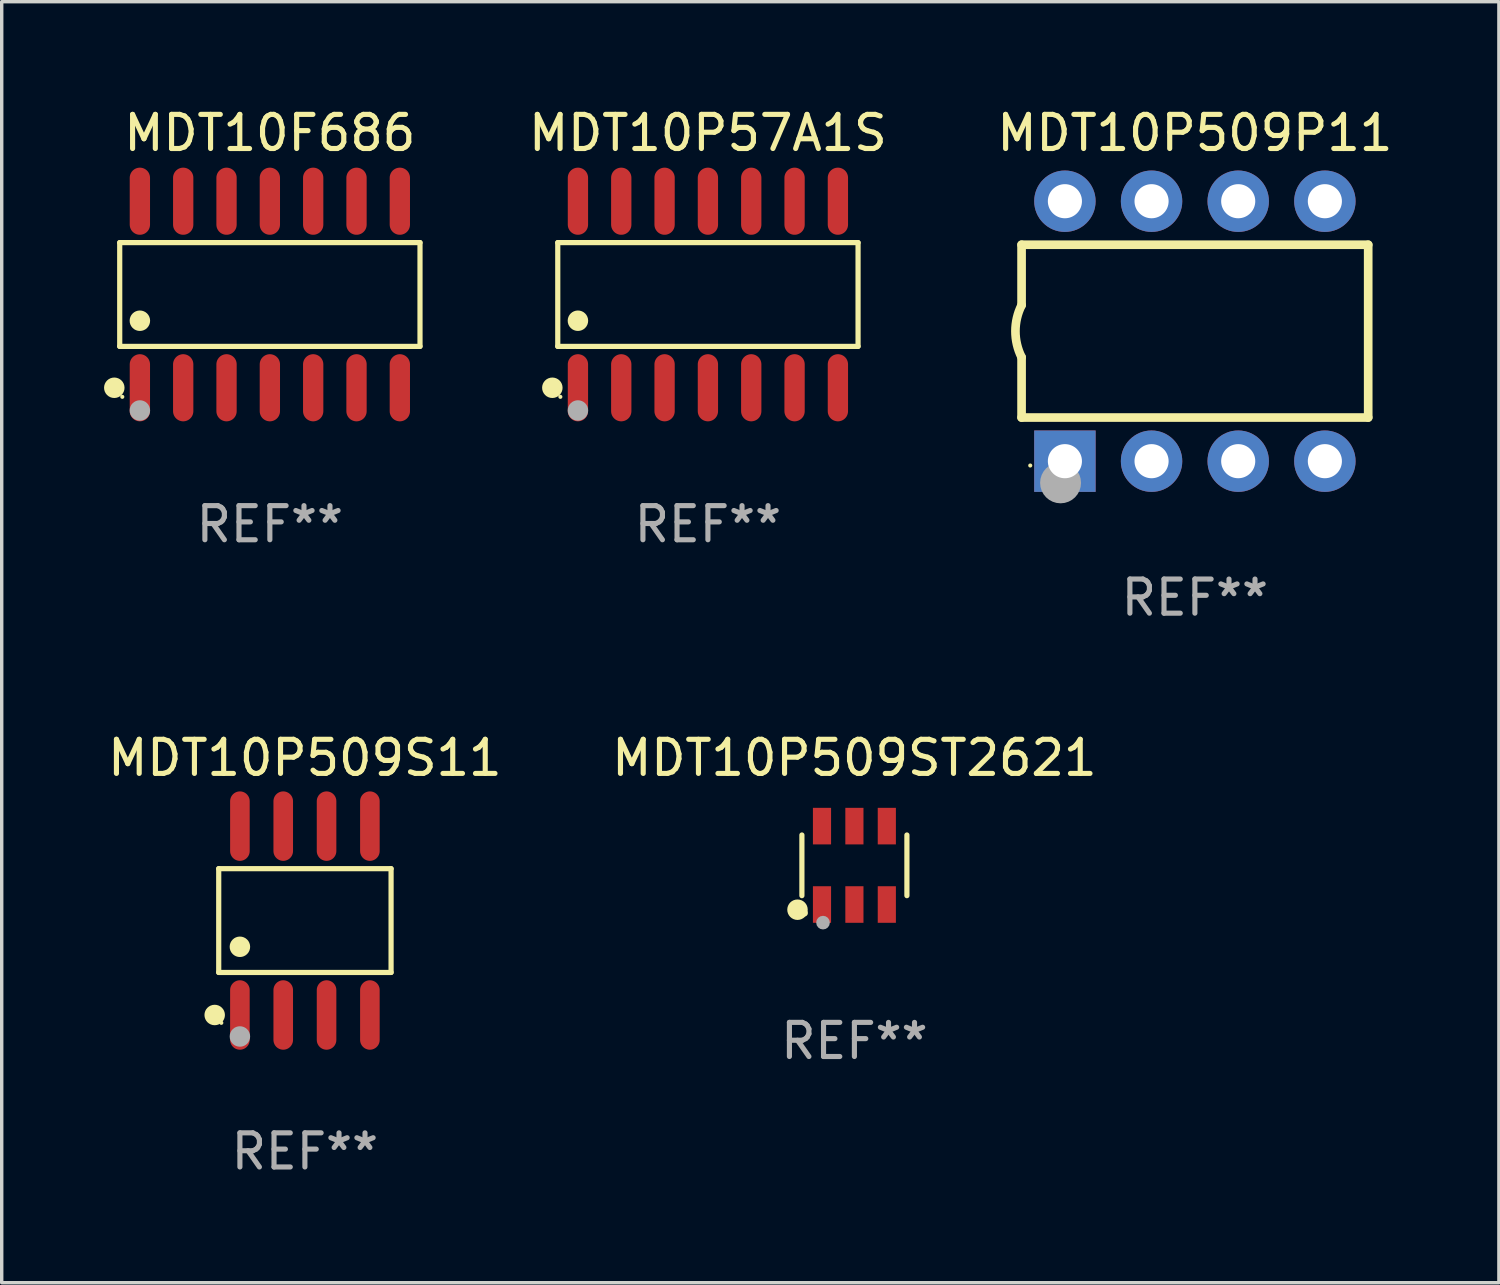
<source format=kicad_pcb>
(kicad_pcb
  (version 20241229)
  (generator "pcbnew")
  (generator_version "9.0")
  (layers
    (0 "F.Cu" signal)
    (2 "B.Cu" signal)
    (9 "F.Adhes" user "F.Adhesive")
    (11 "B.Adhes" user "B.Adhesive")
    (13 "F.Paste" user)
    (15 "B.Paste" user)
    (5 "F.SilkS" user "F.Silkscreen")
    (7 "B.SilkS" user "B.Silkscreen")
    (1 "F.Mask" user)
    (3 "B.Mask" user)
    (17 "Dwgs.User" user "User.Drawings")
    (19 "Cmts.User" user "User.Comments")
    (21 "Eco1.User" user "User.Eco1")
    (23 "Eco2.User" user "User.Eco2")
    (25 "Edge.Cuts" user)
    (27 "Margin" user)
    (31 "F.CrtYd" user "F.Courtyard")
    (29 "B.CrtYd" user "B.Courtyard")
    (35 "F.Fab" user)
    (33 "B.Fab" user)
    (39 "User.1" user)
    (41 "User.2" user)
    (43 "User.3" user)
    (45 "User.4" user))
  (footprint "MDT10P509ST2621"
    (layer "F.Cu")
    (at 21.994 22.314)
    (property "Reference" "MDT10P509ST2621" (at 0 -3.149 0) (layer "F.SilkS") (effects (font (size 1 1) (thickness 0.15))))
    (attr through_hole)
    (fp_line (start -1.539 0.889) (end -1.539 -0.889) (stroke (width 0.152) (type solid)) (layer "F.SilkS"))
    (fp_line (start 1.539 0.889) (end 1.539 -0.889) (stroke (width 0.152) (type solid)) (layer "F.SilkS"))
    (fp_circle (center -1.668 1.301) (end -1.518 1.301) (stroke (width 0.3) (type solid)) (fill no) (layer "F.SilkS"))
    (fp_circle (center -1.463 1.4) (end -1.413 1.4) (stroke (width 0.1) (type solid)) (fill no) (layer "F.SilkS"))
    (fp_circle (center -0.92 1.68) (end -0.82 1.68) (stroke (width 0.2) (type solid)) (fill no) (layer "F.Fab"))
    (fp_text user "REF**" (at 0 5.149 0) (layer "F.Fab") (effects (font (size 1 1) (thickness 0.15))))
    (pad "1" smd rect (at -0.95 1.149) (size 0.532 1.072) (layers "F.Cu" "F.Mask" "F.Paste"))
    (pad "2" smd rect (at 0 1.149) (size 0.532 1.072) (layers "F.Cu" "F.Mask" "F.Paste"))
    (pad "3" smd rect (at 0.95 1.149) (size 0.532 1.072) (layers "F.Cu" "F.Mask" "F.Paste"))
    (pad "4" smd rect (at 0.95 -1.149) (size 0.532 1.072) (layers "F.Cu" "F.Mask" "F.Paste"))
    (pad "5" smd rect (at 0 -1.149) (size 0.532 1.072) (layers "F.Cu" "F.Mask" "F.Paste"))
    (pad "6" smd rect (at -0.95 -1.149) (size 0.532 1.072) (layers "F.Cu" "F.Mask" "F.Paste")))
  (footprint "MDT10P509P11"
    (layer "F.Cu")
    (at 31.974 6.658)
    (property "Reference" "MDT10P509P11" (at 0 -5.81 0) (layer "F.SilkS") (effects (font (size 1 1) (thickness 0.15))))
    (attr through_hole)
    (fp_line (start -5.08 -2.534) (end 5.08 -2.534) (stroke (width 0.254) (type solid)) (layer "F.SilkS"))
    (fp_line (start -5.08 -0.762) (end -5.08 -2.534) (stroke (width 0.254) (type solid)) (layer "F.SilkS"))
    (fp_line (start -5.08 2.531) (end -5.08 0.762) (stroke (width 0.254) (type solid)) (layer "F.SilkS"))
    (fp_line (start -5.08 2.531) (end 5.08 2.531) (stroke (width 0.254) (type solid)) (layer "F.SilkS"))
    (fp_line (start 5.08 2.531) (end 5.08 -2.534) (stroke (width 0.254) (type solid)) (layer "F.SilkS"))
    (fp_arc (start -5.08001 0.762001) (mid -5.259894 0) (end -5.08001 -0.762002) (stroke (width 0.254001) (type solid)) (layer "F.SilkS"))
    (fp_circle (center -4.826 3.937) (end -4.796 3.937) (stroke (width 0.06) (type solid)) (fill no) (layer "F.SilkS"))
    (fp_circle (center -3.937 4.445) (end -3.637 4.445) (stroke (width 0.6) (type solid)) (fill no) (layer "F.Fab"))
    (fp_text user "REF**" (at 0 7.81 0) (layer "F.Fab") (effects (font (size 1 1) (thickness 0.15))))
    (pad "1" thru_hole rect (at -3.81 3.81) (size 1.8 1.8) (drill 1) (layers "*.Cu" "*.Mask"))
    (pad "2" thru_hole circle (at -1.27 3.81) (size 1.8 1.8) (drill 1) (layers "*.Cu" "*.Mask"))
    (pad "3" thru_hole circle (at 1.27 3.81) (size 1.8 1.8) (drill 1) (layers "*.Cu" "*.Mask"))
    (pad "4" thru_hole circle (at 3.81 3.81) (size 1.8 1.8) (drill 1) (layers "*.Cu" "*.Mask"))
    (pad "5" thru_hole circle (at 3.81 -3.81) (size 1.8 1.8) (drill 1) (layers "*.Cu" "*.Mask"))
    (pad "6" thru_hole circle (at 1.27 -3.81) (size 1.8 1.8) (drill 1) (layers "*.Cu" "*.Mask"))
    (pad "7" thru_hole circle (at -1.27 -3.81) (size 1.8 1.8) (drill 1) (layers "*.Cu" "*.Mask"))
    (pad "8" thru_hole circle (at -3.81 -3.81) (size 1.8 1.8) (drill 1) (layers "*.Cu" "*.Mask")))
  (footprint "MDT10F686"
    (layer "F.Cu")
    (at 4.86 5.582)
    (property "Reference" "MDT10F686" (at 0 -4.734 0) (layer "F.SilkS") (effects (font (size 1 1) (thickness 0.15))))
    (attr through_hole)
    (fp_line (start -4.401 -1.521) (end 4.401 -1.521) (stroke (width 0.152) (type solid)) (layer "F.SilkS"))
    (fp_line (start -4.401 1.521) (end -4.401 -1.521) (stroke (width 0.152) (type solid)) (layer "F.SilkS"))
    (fp_line (start 4.401 -1.521) (end 4.401 1.521) (stroke (width 0.152) (type solid)) (layer "F.SilkS"))
    (fp_line (start 4.401 1.521) (end -4.401 1.521) (stroke (width 0.152) (type solid)) (layer "F.SilkS"))
    (fp_circle (center -4.56 2.734) (end -4.41 2.734) (stroke (width 0.3) (type solid)) (fill no) (layer "F.SilkS"))
    (fp_circle (center -4.325 3) (end -4.295 3) (stroke (width 0.06) (type solid)) (fill no) (layer "F.SilkS"))
    (fp_circle (center -3.81 0.769) (end -3.66 0.769) (stroke (width 0.3) (type solid)) (fill no) (layer "F.SilkS"))
    (fp_circle (center -3.81 3.4) (end -3.66 3.4) (stroke (width 0.3) (type solid)) (fill no) (layer "F.Fab"))
    (fp_text user "REF**" (at 0 6.734 0) (layer "F.Fab") (effects (font (size 1 1) (thickness 0.15))))
    (pad "1" smd oval (at -3.81 2.734) (size 0.595 1.968) (layers "F.Cu" "F.Mask" "F.Paste"))
    (pad "2" smd oval (at -2.54 2.734) (size 0.595 1.968) (layers "F.Cu" "F.Mask" "F.Paste"))
    (pad "3" smd oval (at -1.27 2.734) (size 0.595 1.968) (layers "F.Cu" "F.Mask" "F.Paste"))
    (pad "4" smd oval (at 0 2.734) (size 0.595 1.968) (layers "F.Cu" "F.Mask" "F.Paste"))
    (pad "5" smd oval (at 1.27 2.734) (size 0.595 1.968) (layers "F.Cu" "F.Mask" "F.Paste"))
    (pad "6" smd oval (at 2.54 2.734) (size 0.595 1.968) (layers "F.Cu" "F.Mask" "F.Paste"))
    (pad "7" smd oval (at 3.81 2.734) (size 0.595 1.968) (layers "F.Cu" "F.Mask" "F.Paste"))
    (pad "8" smd oval (at 3.81 -2.734) (size 0.595 1.968) (layers "F.Cu" "F.Mask" "F.Paste"))
    (pad "9" smd oval (at 2.54 -2.734) (size 0.595 1.968) (layers "F.Cu" "F.Mask" "F.Paste"))
    (pad "10" smd oval (at 1.27 -2.734) (size 0.595 1.968) (layers "F.Cu" "F.Mask" "F.Paste"))
    (pad "11" smd oval (at 0 -2.734) (size 0.595 1.968) (layers "F.Cu" "F.Mask" "F.Paste"))
    (pad "12" smd oval (at -1.27 -2.734) (size 0.595 1.968) (layers "F.Cu" "F.Mask" "F.Paste"))
    (pad "13" smd oval (at -2.54 -2.734) (size 0.595 1.968) (layers "F.Cu" "F.Mask" "F.Paste"))
    (pad "14" smd oval (at -3.81 -2.734) (size 0.595 1.968) (layers "F.Cu" "F.Mask" "F.Paste")))
  (footprint "MDT10P57A1S"
    (layer "F.Cu")
    (at 17.7 5.582)
    (property "Reference" "MDT10P57A1S" (at 0 -4.734 0) (layer "F.SilkS") (effects (font (size 1 1) (thickness 0.15))))
    (attr through_hole)
    (fp_line (start -4.401 -1.521) (end 4.401 -1.521) (stroke (width 0.152) (type solid)) (layer "F.SilkS"))
    (fp_line (start -4.401 1.521) (end -4.401 -1.521) (stroke (width 0.152) (type solid)) (layer "F.SilkS"))
    (fp_line (start 4.401 -1.521) (end 4.401 1.521) (stroke (width 0.152) (type solid)) (layer "F.SilkS"))
    (fp_line (start 4.401 1.521) (end -4.401 1.521) (stroke (width 0.152) (type solid)) (layer "F.SilkS"))
    (fp_circle (center -4.56 2.734) (end -4.41 2.734) (stroke (width 0.3) (type solid)) (fill no) (layer "F.SilkS"))
    (fp_circle (center -4.325 3) (end -4.295 3) (stroke (width 0.06) (type solid)) (fill no) (layer "F.SilkS"))
    (fp_circle (center -3.81 0.769) (end -3.66 0.769) (stroke (width 0.3) (type solid)) (fill no) (layer "F.SilkS"))
    (fp_circle (center -3.81 3.4) (end -3.66 3.4) (stroke (width 0.3) (type solid)) (fill no) (layer "F.Fab"))
    (fp_text user "REF**" (at 0 6.734 0) (layer "F.Fab") (effects (font (size 1 1) (thickness 0.15))))
    (pad "1" smd oval (at -3.81 2.734) (size 0.595 1.968) (layers "F.Cu" "F.Mask" "F.Paste"))
    (pad "2" smd oval (at -2.54 2.734) (size 0.595 1.968) (layers "F.Cu" "F.Mask" "F.Paste"))
    (pad "3" smd oval (at -1.27 2.734) (size 0.595 1.968) (layers "F.Cu" "F.Mask" "F.Paste"))
    (pad "4" smd oval (at 0 2.734) (size 0.595 1.968) (layers "F.Cu" "F.Mask" "F.Paste"))
    (pad "5" smd oval (at 1.27 2.734) (size 0.595 1.968) (layers "F.Cu" "F.Mask" "F.Paste"))
    (pad "6" smd oval (at 2.54 2.734) (size 0.595 1.968) (layers "F.Cu" "F.Mask" "F.Paste"))
    (pad "7" smd oval (at 3.81 2.734) (size 0.595 1.968) (layers "F.Cu" "F.Mask" "F.Paste"))
    (pad "8" smd oval (at 3.81 -2.734) (size 0.595 1.968) (layers "F.Cu" "F.Mask" "F.Paste"))
    (pad "9" smd oval (at 2.54 -2.734) (size 0.595 1.968) (layers "F.Cu" "F.Mask" "F.Paste"))
    (pad "10" smd oval (at 1.27 -2.734) (size 0.595 1.968) (layers "F.Cu" "F.Mask" "F.Paste"))
    (pad "11" smd oval (at 0 -2.734) (size 0.595 1.968) (layers "F.Cu" "F.Mask" "F.Paste"))
    (pad "12" smd oval (at -1.27 -2.734) (size 0.595 1.968) (layers "F.Cu" "F.Mask" "F.Paste"))
    (pad "13" smd oval (at -2.54 -2.734) (size 0.595 1.968) (layers "F.Cu" "F.Mask" "F.Paste"))
    (pad "14" smd oval (at -3.81 -2.734) (size 0.595 1.968) (layers "F.Cu" "F.Mask" "F.Paste")))
  (footprint "MDT10P509S11"
    (layer "F.Cu")
    (at 5.887 23.933)
    (property "Reference" "MDT10P509S11" (at 0 -4.768 0) (layer "F.SilkS") (effects (font (size 1 1) (thickness 0.15))))
    (attr through_hole)
    (fp_line (start -2.526 -1.521) (end 2.526 -1.521) (stroke (width 0.152) (type solid)) (layer "F.SilkS"))
    (fp_line (start -2.526 1.521) (end -2.526 -1.521) (stroke (width 0.152) (type solid)) (layer "F.SilkS"))
    (fp_line (start 2.526 -1.521) (end 2.526 1.521) (stroke (width 0.152) (type solid)) (layer "F.SilkS"))
    (fp_line (start 2.526 1.521) (end -2.526 1.521) (stroke (width 0.152) (type solid)) (layer "F.SilkS"))
    (fp_circle (center -2.644 2.768) (end -2.494 2.768) (stroke (width 0.3) (type solid)) (fill no) (layer "F.SilkS"))
    (fp_circle (center -2.45 2.998) (end -2.42 2.998) (stroke (width 0.06) (type solid)) (fill no) (layer "F.SilkS"))
    (fp_circle (center -1.905 0.769) (end -1.755 0.769) (stroke (width 0.3) (type solid)) (fill no) (layer "F.SilkS"))
    (fp_circle (center -1.905 3.398) (end -1.755 3.398) (stroke (width 0.3) (type solid)) (fill no) (layer "F.Fab"))
    (fp_text user "REF**" (at 0 6.768 0) (layer "F.Fab") (effects (font (size 1 1) (thickness 0.15))))
    (pad "1" smd oval (at -1.905 2.768) (size 0.574 2.036) (layers "F.Cu" "F.Mask" "F.Paste"))
    (pad "2" smd oval (at -0.635 2.768) (size 0.574 2.036) (layers "F.Cu" "F.Mask" "F.Paste"))
    (pad "3" smd oval (at 0.635 2.768) (size 0.574 2.036) (layers "F.Cu" "F.Mask" "F.Paste"))
    (pad "4" smd oval (at 1.905 2.768) (size 0.574 2.036) (layers "F.Cu" "F.Mask" "F.Paste"))
    (pad "5" smd oval (at 1.905 -2.768) (size 0.574 2.036) (layers "F.Cu" "F.Mask" "F.Paste"))
    (pad "6" smd oval (at 0.635 -2.768) (size 0.574 2.036) (layers "F.Cu" "F.Mask" "F.Paste"))
    (pad "7" smd oval (at -0.635 -2.768) (size 0.574 2.036) (layers "F.Cu" "F.Mask" "F.Paste"))
    (pad "8" smd oval (at -1.905 -2.768) (size 0.574 2.036) (layers "F.Cu" "F.Mask" "F.Paste")))
  (gr_rect
    (start -3 -3)
    (end 40.885 34.549)
    (stroke (width 0.1) (type default))
    (fill no)
    (layer "Edge.Cuts")))
</source>
